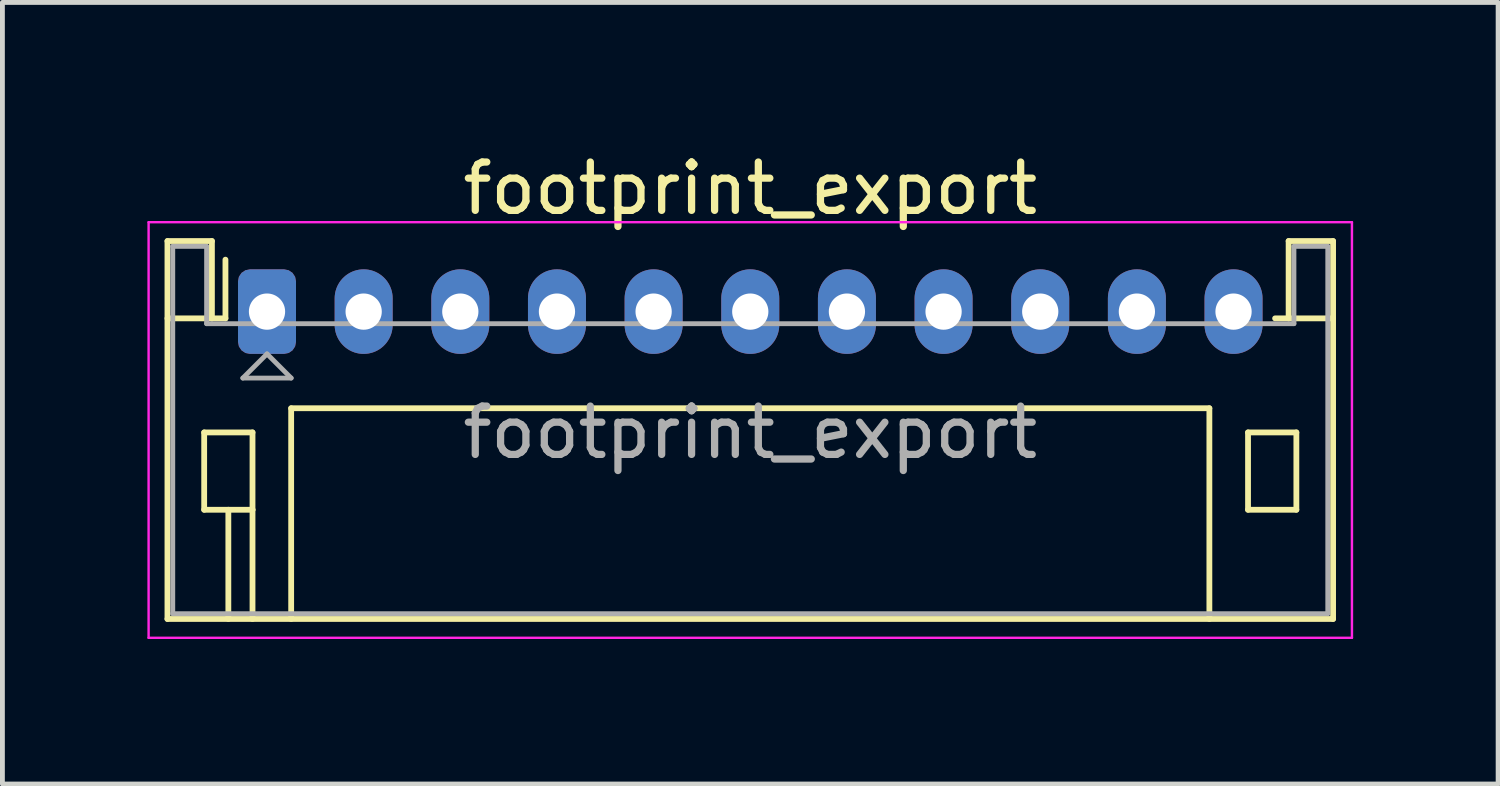
<source format=kicad_pcb>
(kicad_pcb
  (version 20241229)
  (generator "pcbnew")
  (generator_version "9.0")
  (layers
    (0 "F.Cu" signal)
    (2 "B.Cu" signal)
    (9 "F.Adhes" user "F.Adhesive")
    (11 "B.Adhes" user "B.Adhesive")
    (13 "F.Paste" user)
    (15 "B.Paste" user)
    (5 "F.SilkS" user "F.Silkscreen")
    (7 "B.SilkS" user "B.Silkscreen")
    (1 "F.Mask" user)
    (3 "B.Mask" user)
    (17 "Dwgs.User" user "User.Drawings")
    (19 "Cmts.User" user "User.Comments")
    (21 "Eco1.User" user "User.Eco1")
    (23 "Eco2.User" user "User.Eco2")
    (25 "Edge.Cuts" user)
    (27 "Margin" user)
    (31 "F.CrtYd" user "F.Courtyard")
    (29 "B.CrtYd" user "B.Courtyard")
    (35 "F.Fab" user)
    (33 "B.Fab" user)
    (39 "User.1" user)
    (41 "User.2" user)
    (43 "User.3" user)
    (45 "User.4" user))
  (footprint "footprint_export"
    (layer "F.Cu")
    (at 2.475 3.398)
    (property "Reference" "footprint_export" (at 10 -2.55 0) (layer "F.SilkS") (effects (font (size 1 1) (thickness 0.15))))
    (attr through_hole)
    (fp_line (start -2.06 -1.46) (end -2.06 6.36) (stroke (width 0.12) (type solid)) (layer "F.SilkS"))
    (fp_line (start -2.06 0.14) (end -1.14 0.14) (stroke (width 0.12) (type solid)) (layer "F.SilkS"))
    (fp_line (start -2.06 6.36) (end 22.06 6.36) (stroke (width 0.12) (type solid)) (layer "F.SilkS"))
    (fp_line (start -1.3 2.5) (end -1.3 4.1) (stroke (width 0.12) (type solid)) (layer "F.SilkS"))
    (fp_line (start -1.3 4.1) (end -0.3 4.1) (stroke (width 0.12) (type solid)) (layer "F.SilkS"))
    (fp_line (start -1.14 -1.46) (end -2.06 -1.46) (stroke (width 0.12) (type solid)) (layer "F.SilkS"))
    (fp_line (start -1.14 0.14) (end -1.14 -1.46) (stroke (width 0.12) (type solid)) (layer "F.SilkS"))
    (fp_line (start -0.86 0.14) (end -1.14 0.14) (stroke (width 0.12) (type solid)) (layer "F.SilkS"))
    (fp_line (start -0.86 0.14) (end -0.86 -1.075) (stroke (width 0.12) (type solid)) (layer "F.SilkS"))
    (fp_line (start -0.8 4.1) (end -0.8 6.36) (stroke (width 0.12) (type solid)) (layer "F.SilkS"))
    (fp_line (start -0.3 2.5) (end -1.3 2.5) (stroke (width 0.12) (type solid)) (layer "F.SilkS"))
    (fp_line (start -0.3 4.1) (end -0.3 2.5) (stroke (width 0.12) (type solid)) (layer "F.SilkS"))
    (fp_line (start -0.3 4.1) (end -0.3 6.36) (stroke (width 0.12) (type solid)) (layer "F.SilkS"))
    (fp_line (start 0.5 2) (end 19.5 2) (stroke (width 0.12) (type solid)) (layer "F.SilkS"))
    (fp_line (start 0.5 6.36) (end 0.5 2) (stroke (width 0.12) (type solid)) (layer "F.SilkS"))
    (fp_line (start 19.5 2) (end 19.5 6.36) (stroke (width 0.12) (type solid)) (layer "F.SilkS"))
    (fp_line (start 20.3 2.5) (end 21.3 2.5) (stroke (width 0.12) (type solid)) (layer "F.SilkS"))
    (fp_line (start 20.3 4.1) (end 20.3 2.5) (stroke (width 0.12) (type solid)) (layer "F.SilkS"))
    (fp_line (start 21.14 -1.46) (end 21.14 0.14) (stroke (width 0.12) (type solid)) (layer "F.SilkS"))
    (fp_line (start 21.14 0.14) (end 20.86 0.14) (stroke (width 0.12) (type solid)) (layer "F.SilkS"))
    (fp_line (start 21.3 2.5) (end 21.3 4.1) (stroke (width 0.12) (type solid)) (layer "F.SilkS"))
    (fp_line (start 21.3 4.1) (end 20.3 4.1) (stroke (width 0.12) (type solid)) (layer "F.SilkS"))
    (fp_line (start 22.06 -1.46) (end 21.14 -1.46) (stroke (width 0.12) (type solid)) (layer "F.SilkS"))
    (fp_line (start 22.06 0.14) (end 21.14 0.14) (stroke (width 0.12) (type solid)) (layer "F.SilkS"))
    (fp_line (start 22.06 6.36) (end 22.06 -1.46) (stroke (width 0.12) (type solid)) (layer "F.SilkS"))
    (fp_line (start -2.45 -1.85) (end -2.45 6.75) (stroke (width 0.05) (type solid)) (layer "F.CrtYd"))
    (fp_line (start -2.45 6.75) (end 22.45 6.75) (stroke (width 0.05) (type solid)) (layer "F.CrtYd"))
    (fp_line (start 22.45 -1.85) (end -2.45 -1.85) (stroke (width 0.05) (type solid)) (layer "F.CrtYd"))
    (fp_line (start 22.45 6.75) (end 22.45 -1.85) (stroke (width 0.05) (type solid)) (layer "F.CrtYd"))
    (fp_line (start -1.95 -1.35) (end -1.95 6.25) (stroke (width 0.1) (type solid)) (layer "F.Fab"))
    (fp_line (start -1.95 6.25) (end 21.95 6.25) (stroke (width 0.1) (type solid)) (layer "F.Fab"))
    (fp_line (start -1.25 -1.35) (end -1.95 -1.35) (stroke (width 0.1) (type solid)) (layer "F.Fab"))
    (fp_line (start -1.25 0.25) (end -1.25 -1.35) (stroke (width 0.1) (type solid)) (layer "F.Fab"))
    (fp_line (start -0.5 1.375) (end 0.5 1.375) (stroke (width 0.1) (type solid)) (layer "F.Fab"))
    (fp_line (start 0 0.875) (end -0.5 1.375) (stroke (width 0.1) (type solid)) (layer "F.Fab"))
    (fp_line (start 0.5 1.375) (end 0 0.875) (stroke (width 0.1) (type solid)) (layer "F.Fab"))
    (fp_line (start 21.25 -1.35) (end 21.25 0.25) (stroke (width 0.1) (type solid)) (layer "F.Fab"))
    (fp_line (start 21.25 0.25) (end -1.25 0.25) (stroke (width 0.1) (type solid)) (layer "F.Fab"))
    (fp_line (start 21.95 -1.35) (end 21.25 -1.35) (stroke (width 0.1) (type solid)) (layer "F.Fab"))
    (fp_line (start 21.95 6.25) (end 21.95 -1.35) (stroke (width 0.1) (type solid)) (layer "F.Fab"))
    (fp_text user "${REFERENCE}" (at 10 2.5 0) (layer "F.Fab") (effects (font (size 1 1) (thickness 0.15))))
    (pad "1" thru_hole roundrect (at 0 0) (size 1.2 1.75) (drill 0.75) (layers "*.Cu" "*.Mask") (roundrect_rratio 0.208))
    (pad "2" thru_hole oval (at 2 0) (size 1.2 1.75) (drill 0.75) (layers "*.Cu" "*.Mask"))
    (pad "3" thru_hole oval (at 4 0) (size 1.2 1.75) (drill 0.75) (layers "*.Cu" "*.Mask"))
    (pad "4" thru_hole oval (at 6 0) (size 1.2 1.75) (drill 0.75) (layers "*.Cu" "*.Mask"))
    (pad "5" thru_hole oval (at 8 0) (size 1.2 1.75) (drill 0.75) (layers "*.Cu" "*.Mask"))
    (pad "6" thru_hole oval (at 10 0) (size 1.2 1.75) (drill 0.75) (layers "*.Cu" "*.Mask"))
    (pad "7" thru_hole oval (at 12 0) (size 1.2 1.75) (drill 0.75) (layers "*.Cu" "*.Mask"))
    (pad "8" thru_hole oval (at 14 0) (size 1.2 1.75) (drill 0.75) (layers "*.Cu" "*.Mask"))
    (pad "9" thru_hole oval (at 16 0) (size 1.2 1.75) (drill 0.75) (layers "*.Cu" "*.Mask"))
    (pad "10" thru_hole oval (at 18 0) (size 1.2 1.75) (drill 0.75) (layers "*.Cu" "*.Mask"))
    (pad "11" thru_hole oval (at 20 0) (size 1.2 1.75) (drill 0.75) (layers "*.Cu" "*.Mask")))
  (gr_rect
    (start -3 -3)
    (end 27.95 13.173)
    (stroke (width 0.1) (type default))
    (fill no)
    (layer "Edge.Cuts")))
</source>
